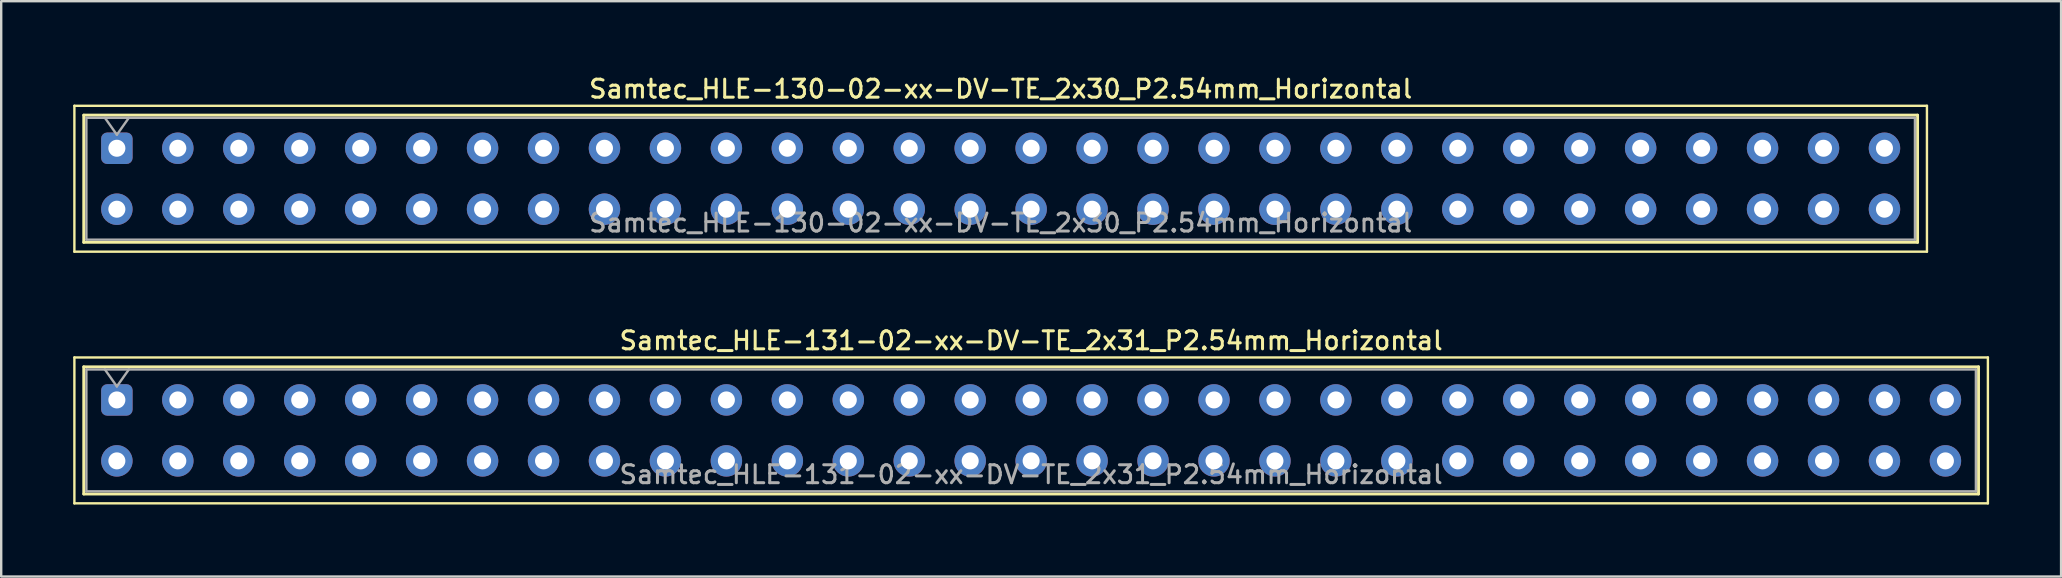
<source format=kicad_pcb>
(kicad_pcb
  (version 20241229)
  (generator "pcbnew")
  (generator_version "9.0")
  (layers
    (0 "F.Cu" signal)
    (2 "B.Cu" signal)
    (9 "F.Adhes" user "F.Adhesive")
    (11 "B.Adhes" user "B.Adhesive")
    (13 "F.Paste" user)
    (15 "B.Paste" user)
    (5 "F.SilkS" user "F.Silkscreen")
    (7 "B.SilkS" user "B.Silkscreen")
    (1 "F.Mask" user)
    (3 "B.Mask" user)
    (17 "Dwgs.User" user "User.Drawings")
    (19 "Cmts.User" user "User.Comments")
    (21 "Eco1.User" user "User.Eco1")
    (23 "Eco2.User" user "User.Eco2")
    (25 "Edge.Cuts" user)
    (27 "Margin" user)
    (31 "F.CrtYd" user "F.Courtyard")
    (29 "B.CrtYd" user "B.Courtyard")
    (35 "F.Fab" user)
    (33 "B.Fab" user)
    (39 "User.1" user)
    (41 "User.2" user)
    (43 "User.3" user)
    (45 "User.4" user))
  (footprint "Samtec_HLE-130-02-xx-DV-TE_2x30_P2.54mm_Horizontal"
    (layer "F.Cu")
    (at 1.82 3.128)
    (property "Reference" "Samtec_HLE-130-02-xx-DV-TE_2x30_P2.54mm_Horizontal" (at 36.83 -2.47 0) (layer "F.SilkS") (effects (font (size 0.75 0.75) (thickness 0.125))))
    (attr through_hole)
    (fp_line (start -1.77 -1.77) (end 75.43 -1.77) (stroke (width 0.1) (type solid)) (layer "F.SilkS"))
    (fp_line (start -1.77 4.31) (end -1.77 -1.77) (stroke (width 0.1) (type solid)) (layer "F.SilkS"))
    (fp_line (start -1.38 -1.38) (end 75.04 -1.38) (stroke (width 0.12) (type solid)) (layer "F.SilkS"))
    (fp_line (start -1.38 3.92) (end -1.38 -1.38) (stroke (width 0.12) (type solid)) (layer "F.SilkS"))
    (fp_line (start 75.04 -1.38) (end 75.04 3.92) (stroke (width 0.12) (type solid)) (layer "F.SilkS"))
    (fp_line (start 75.04 3.92) (end -1.38 3.92) (stroke (width 0.12) (type solid)) (layer "F.SilkS"))
    (fp_line (start 75.43 -1.77) (end 75.43 4.31) (stroke (width 0.1) (type solid)) (layer "F.SilkS"))
    (fp_line (start 75.43 4.31) (end -1.77 4.31) (stroke (width 0.1) (type solid)) (layer "F.SilkS"))
    (fp_line (start -1.27 -1.27) (end 74.93 -1.27) (stroke (width 0.1) (type solid)) (layer "F.Fab"))
    (fp_line (start -1.27 3.81) (end -1.27 -1.27) (stroke (width 0.1) (type solid)) (layer "F.Fab"))
    (fp_line (start -0.5 -1.27) (end 0 -0.563) (stroke (width 0.1) (type solid)) (layer "F.Fab"))
    (fp_line (start 0 -0.563) (end 0.5 -1.27) (stroke (width 0.1) (type solid)) (layer "F.Fab"))
    (fp_line (start 74.93 -1.27) (end 74.93 3.81) (stroke (width 0.1) (type solid)) (layer "F.Fab"))
    (fp_line (start 74.93 3.81) (end -1.27 3.81) (stroke (width 0.1) (type solid)) (layer "F.Fab"))
    (fp_text user "${REFERENCE}" (at 36.83 3.11 0) (layer "F.Fab") (effects (font (size 0.75 0.75) (thickness 0.125))))
    (pad "1" thru_hole roundrect (at 0 0) (size 1.31 1.31) (drill 0.71) (layers "*.Cu" "*.Mask") (roundrect_rratio 0.191))
    (pad "2" thru_hole circle (at 0 2.54) (size 1.31 1.31) (drill 0.71) (layers "*.Cu" "*.Mask"))
    (pad "3" thru_hole circle (at 2.54 0) (size 1.31 1.31) (drill 0.71) (layers "*.Cu" "*.Mask"))
    (pad "4" thru_hole circle (at 2.54 2.54) (size 1.31 1.31) (drill 0.71) (layers "*.Cu" "*.Mask"))
    (pad "5" thru_hole circle (at 5.08 0) (size 1.31 1.31) (drill 0.71) (layers "*.Cu" "*.Mask"))
    (pad "6" thru_hole circle (at 5.08 2.54) (size 1.31 1.31) (drill 0.71) (layers "*.Cu" "*.Mask"))
    (pad "7" thru_hole circle (at 7.62 0) (size 1.31 1.31) (drill 0.71) (layers "*.Cu" "*.Mask"))
    (pad "8" thru_hole circle (at 7.62 2.54) (size 1.31 1.31) (drill 0.71) (layers "*.Cu" "*.Mask"))
    (pad "9" thru_hole circle (at 10.16 0) (size 1.31 1.31) (drill 0.71) (layers "*.Cu" "*.Mask"))
    (pad "10" thru_hole circle (at 10.16 2.54) (size 1.31 1.31) (drill 0.71) (layers "*.Cu" "*.Mask"))
    (pad "11" thru_hole circle (at 12.7 0) (size 1.31 1.31) (drill 0.71) (layers "*.Cu" "*.Mask"))
    (pad "12" thru_hole circle (at 12.7 2.54) (size 1.31 1.31) (drill 0.71) (layers "*.Cu" "*.Mask"))
    (pad "13" thru_hole circle (at 15.24 0) (size 1.31 1.31) (drill 0.71) (layers "*.Cu" "*.Mask"))
    (pad "14" thru_hole circle (at 15.24 2.54) (size 1.31 1.31) (drill 0.71) (layers "*.Cu" "*.Mask"))
    (pad "15" thru_hole circle (at 17.78 0) (size 1.31 1.31) (drill 0.71) (layers "*.Cu" "*.Mask"))
    (pad "16" thru_hole circle (at 17.78 2.54) (size 1.31 1.31) (drill 0.71) (layers "*.Cu" "*.Mask"))
    (pad "17" thru_hole circle (at 20.32 0) (size 1.31 1.31) (drill 0.71) (layers "*.Cu" "*.Mask"))
    (pad "18" thru_hole circle (at 20.32 2.54) (size 1.31 1.31) (drill 0.71) (layers "*.Cu" "*.Mask"))
    (pad "19" thru_hole circle (at 22.86 0) (size 1.31 1.31) (drill 0.71) (layers "*.Cu" "*.Mask"))
    (pad "20" thru_hole circle (at 22.86 2.54) (size 1.31 1.31) (drill 0.71) (layers "*.Cu" "*.Mask"))
    (pad "21" thru_hole circle (at 25.4 0) (size 1.31 1.31) (drill 0.71) (layers "*.Cu" "*.Mask"))
    (pad "22" thru_hole circle (at 25.4 2.54) (size 1.31 1.31) (drill 0.71) (layers "*.Cu" "*.Mask"))
    (pad "23" thru_hole circle (at 27.94 0) (size 1.31 1.31) (drill 0.71) (layers "*.Cu" "*.Mask"))
    (pad "24" thru_hole circle (at 27.94 2.54) (size 1.31 1.31) (drill 0.71) (layers "*.Cu" "*.Mask"))
    (pad "25" thru_hole circle (at 30.48 0) (size 1.31 1.31) (drill 0.71) (layers "*.Cu" "*.Mask"))
    (pad "26" thru_hole circle (at 30.48 2.54) (size 1.31 1.31) (drill 0.71) (layers "*.Cu" "*.Mask"))
    (pad "27" thru_hole circle (at 33.02 0) (size 1.31 1.31) (drill 0.71) (layers "*.Cu" "*.Mask"))
    (pad "28" thru_hole circle (at 33.02 2.54) (size 1.31 1.31) (drill 0.71) (layers "*.Cu" "*.Mask"))
    (pad "29" thru_hole circle (at 35.56 0) (size 1.31 1.31) (drill 0.71) (layers "*.Cu" "*.Mask"))
    (pad "30" thru_hole circle (at 35.56 2.54) (size 1.31 1.31) (drill 0.71) (layers "*.Cu" "*.Mask"))
    (pad "31" thru_hole circle (at 38.1 0) (size 1.31 1.31) (drill 0.71) (layers "*.Cu" "*.Mask"))
    (pad "32" thru_hole circle (at 38.1 2.54) (size 1.31 1.31) (drill 0.71) (layers "*.Cu" "*.Mask"))
    (pad "33" thru_hole circle (at 40.64 0) (size 1.31 1.31) (drill 0.71) (layers "*.Cu" "*.Mask"))
    (pad "34" thru_hole circle (at 40.64 2.54) (size 1.31 1.31) (drill 0.71) (layers "*.Cu" "*.Mask"))
    (pad "35" thru_hole circle (at 43.18 0) (size 1.31 1.31) (drill 0.71) (layers "*.Cu" "*.Mask"))
    (pad "36" thru_hole circle (at 43.18 2.54) (size 1.31 1.31) (drill 0.71) (layers "*.Cu" "*.Mask"))
    (pad "37" thru_hole circle (at 45.72 0) (size 1.31 1.31) (drill 0.71) (layers "*.Cu" "*.Mask"))
    (pad "38" thru_hole circle (at 45.72 2.54) (size 1.31 1.31) (drill 0.71) (layers "*.Cu" "*.Mask"))
    (pad "39" thru_hole circle (at 48.26 0) (size 1.31 1.31) (drill 0.71) (layers "*.Cu" "*.Mask"))
    (pad "40" thru_hole circle (at 48.26 2.54) (size 1.31 1.31) (drill 0.71) (layers "*.Cu" "*.Mask"))
    (pad "41" thru_hole circle (at 50.8 0) (size 1.31 1.31) (drill 0.71) (layers "*.Cu" "*.Mask"))
    (pad "42" thru_hole circle (at 50.8 2.54) (size 1.31 1.31) (drill 0.71) (layers "*.Cu" "*.Mask"))
    (pad "43" thru_hole circle (at 53.34 0) (size 1.31 1.31) (drill 0.71) (layers "*.Cu" "*.Mask"))
    (pad "44" thru_hole circle (at 53.34 2.54) (size 1.31 1.31) (drill 0.71) (layers "*.Cu" "*.Mask"))
    (pad "45" thru_hole circle (at 55.88 0) (size 1.31 1.31) (drill 0.71) (layers "*.Cu" "*.Mask"))
    (pad "46" thru_hole circle (at 55.88 2.54) (size 1.31 1.31) (drill 0.71) (layers "*.Cu" "*.Mask"))
    (pad "47" thru_hole circle (at 58.42 0) (size 1.31 1.31) (drill 0.71) (layers "*.Cu" "*.Mask"))
    (pad "48" thru_hole circle (at 58.42 2.54) (size 1.31 1.31) (drill 0.71) (layers "*.Cu" "*.Mask"))
    (pad "49" thru_hole circle (at 60.96 0) (size 1.31 1.31) (drill 0.71) (layers "*.Cu" "*.Mask"))
    (pad "50" thru_hole circle (at 60.96 2.54) (size 1.31 1.31) (drill 0.71) (layers "*.Cu" "*.Mask"))
    (pad "51" thru_hole circle (at 63.5 0) (size 1.31 1.31) (drill 0.71) (layers "*.Cu" "*.Mask"))
    (pad "52" thru_hole circle (at 63.5 2.54) (size 1.31 1.31) (drill 0.71) (layers "*.Cu" "*.Mask"))
    (pad "53" thru_hole circle (at 66.04 0) (size 1.31 1.31) (drill 0.71) (layers "*.Cu" "*.Mask"))
    (pad "54" thru_hole circle (at 66.04 2.54) (size 1.31 1.31) (drill 0.71) (layers "*.Cu" "*.Mask"))
    (pad "55" thru_hole circle (at 68.58 0) (size 1.31 1.31) (drill 0.71) (layers "*.Cu" "*.Mask"))
    (pad "56" thru_hole circle (at 68.58 2.54) (size 1.31 1.31) (drill 0.71) (layers "*.Cu" "*.Mask"))
    (pad "57" thru_hole circle (at 71.12 0) (size 1.31 1.31) (drill 0.71) (layers "*.Cu" "*.Mask"))
    (pad "58" thru_hole circle (at 71.12 2.54) (size 1.31 1.31) (drill 0.71) (layers "*.Cu" "*.Mask"))
    (pad "59" thru_hole circle (at 73.66 0) (size 1.31 1.31) (drill 0.71) (layers "*.Cu" "*.Mask"))
    (pad "60" thru_hole circle (at 73.66 2.54) (size 1.31 1.31) (drill 0.71) (layers "*.Cu" "*.Mask")))
  (footprint "Samtec_HLE-131-02-xx-DV-TE_2x31_P2.54mm_Horizontal"
    (layer "F.Cu")
    (at 1.82 13.616)
    (property "Reference" "Samtec_HLE-131-02-xx-DV-TE_2x31_P2.54mm_Horizontal" (at 38.1 -2.47 0) (layer "F.SilkS") (effects (font (size 0.75 0.75) (thickness 0.125))))
    (attr through_hole)
    (fp_line (start -1.77 -1.77) (end 77.97 -1.77) (stroke (width 0.1) (type solid)) (layer "F.SilkS"))
    (fp_line (start -1.77 4.31) (end -1.77 -1.77) (stroke (width 0.1) (type solid)) (layer "F.SilkS"))
    (fp_line (start -1.38 -1.38) (end 77.58 -1.38) (stroke (width 0.12) (type solid)) (layer "F.SilkS"))
    (fp_line (start -1.38 3.92) (end -1.38 -1.38) (stroke (width 0.12) (type solid)) (layer "F.SilkS"))
    (fp_line (start 77.58 -1.38) (end 77.58 3.92) (stroke (width 0.12) (type solid)) (layer "F.SilkS"))
    (fp_line (start 77.58 3.92) (end -1.38 3.92) (stroke (width 0.12) (type solid)) (layer "F.SilkS"))
    (fp_line (start 77.97 -1.77) (end 77.97 4.31) (stroke (width 0.1) (type solid)) (layer "F.SilkS"))
    (fp_line (start 77.97 4.31) (end -1.77 4.31) (stroke (width 0.1) (type solid)) (layer "F.SilkS"))
    (fp_line (start -1.27 -1.27) (end 77.47 -1.27) (stroke (width 0.1) (type solid)) (layer "F.Fab"))
    (fp_line (start -1.27 3.81) (end -1.27 -1.27) (stroke (width 0.1) (type solid)) (layer "F.Fab"))
    (fp_line (start -0.5 -1.27) (end 0 -0.563) (stroke (width 0.1) (type solid)) (layer "F.Fab"))
    (fp_line (start 0 -0.563) (end 0.5 -1.27) (stroke (width 0.1) (type solid)) (layer "F.Fab"))
    (fp_line (start 77.47 -1.27) (end 77.47 3.81) (stroke (width 0.1) (type solid)) (layer "F.Fab"))
    (fp_line (start 77.47 3.81) (end -1.27 3.81) (stroke (width 0.1) (type solid)) (layer "F.Fab"))
    (fp_text user "${REFERENCE}" (at 38.1 3.11 0) (layer "F.Fab") (effects (font (size 0.75 0.75) (thickness 0.125))))
    (pad "1" thru_hole roundrect (at 0 0) (size 1.31 1.31) (drill 0.71) (layers "*.Cu" "*.Mask") (roundrect_rratio 0.191))
    (pad "2" thru_hole circle (at 0 2.54) (size 1.31 1.31) (drill 0.71) (layers "*.Cu" "*.Mask"))
    (pad "3" thru_hole circle (at 2.54 0) (size 1.31 1.31) (drill 0.71) (layers "*.Cu" "*.Mask"))
    (pad "4" thru_hole circle (at 2.54 2.54) (size 1.31 1.31) (drill 0.71) (layers "*.Cu" "*.Mask"))
    (pad "5" thru_hole circle (at 5.08 0) (size 1.31 1.31) (drill 0.71) (layers "*.Cu" "*.Mask"))
    (pad "6" thru_hole circle (at 5.08 2.54) (size 1.31 1.31) (drill 0.71) (layers "*.Cu" "*.Mask"))
    (pad "7" thru_hole circle (at 7.62 0) (size 1.31 1.31) (drill 0.71) (layers "*.Cu" "*.Mask"))
    (pad "8" thru_hole circle (at 7.62 2.54) (size 1.31 1.31) (drill 0.71) (layers "*.Cu" "*.Mask"))
    (pad "9" thru_hole circle (at 10.16 0) (size 1.31 1.31) (drill 0.71) (layers "*.Cu" "*.Mask"))
    (pad "10" thru_hole circle (at 10.16 2.54) (size 1.31 1.31) (drill 0.71) (layers "*.Cu" "*.Mask"))
    (pad "11" thru_hole circle (at 12.7 0) (size 1.31 1.31) (drill 0.71) (layers "*.Cu" "*.Mask"))
    (pad "12" thru_hole circle (at 12.7 2.54) (size 1.31 1.31) (drill 0.71) (layers "*.Cu" "*.Mask"))
    (pad "13" thru_hole circle (at 15.24 0) (size 1.31 1.31) (drill 0.71) (layers "*.Cu" "*.Mask"))
    (pad "14" thru_hole circle (at 15.24 2.54) (size 1.31 1.31) (drill 0.71) (layers "*.Cu" "*.Mask"))
    (pad "15" thru_hole circle (at 17.78 0) (size 1.31 1.31) (drill 0.71) (layers "*.Cu" "*.Mask"))
    (pad "16" thru_hole circle (at 17.78 2.54) (size 1.31 1.31) (drill 0.71) (layers "*.Cu" "*.Mask"))
    (pad "17" thru_hole circle (at 20.32 0) (size 1.31 1.31) (drill 0.71) (layers "*.Cu" "*.Mask"))
    (pad "18" thru_hole circle (at 20.32 2.54) (size 1.31 1.31) (drill 0.71) (layers "*.Cu" "*.Mask"))
    (pad "19" thru_hole circle (at 22.86 0) (size 1.31 1.31) (drill 0.71) (layers "*.Cu" "*.Mask"))
    (pad "20" thru_hole circle (at 22.86 2.54) (size 1.31 1.31) (drill 0.71) (layers "*.Cu" "*.Mask"))
    (pad "21" thru_hole circle (at 25.4 0) (size 1.31 1.31) (drill 0.71) (layers "*.Cu" "*.Mask"))
    (pad "22" thru_hole circle (at 25.4 2.54) (size 1.31 1.31) (drill 0.71) (layers "*.Cu" "*.Mask"))
    (pad "23" thru_hole circle (at 27.94 0) (size 1.31 1.31) (drill 0.71) (layers "*.Cu" "*.Mask"))
    (pad "24" thru_hole circle (at 27.94 2.54) (size 1.31 1.31) (drill 0.71) (layers "*.Cu" "*.Mask"))
    (pad "25" thru_hole circle (at 30.48 0) (size 1.31 1.31) (drill 0.71) (layers "*.Cu" "*.Mask"))
    (pad "26" thru_hole circle (at 30.48 2.54) (size 1.31 1.31) (drill 0.71) (layers "*.Cu" "*.Mask"))
    (pad "27" thru_hole circle (at 33.02 0) (size 1.31 1.31) (drill 0.71) (layers "*.Cu" "*.Mask"))
    (pad "28" thru_hole circle (at 33.02 2.54) (size 1.31 1.31) (drill 0.71) (layers "*.Cu" "*.Mask"))
    (pad "29" thru_hole circle (at 35.56 0) (size 1.31 1.31) (drill 0.71) (layers "*.Cu" "*.Mask"))
    (pad "30" thru_hole circle (at 35.56 2.54) (size 1.31 1.31) (drill 0.71) (layers "*.Cu" "*.Mask"))
    (pad "31" thru_hole circle (at 38.1 0) (size 1.31 1.31) (drill 0.71) (layers "*.Cu" "*.Mask"))
    (pad "32" thru_hole circle (at 38.1 2.54) (size 1.31 1.31) (drill 0.71) (layers "*.Cu" "*.Mask"))
    (pad "33" thru_hole circle (at 40.64 0) (size 1.31 1.31) (drill 0.71) (layers "*.Cu" "*.Mask"))
    (pad "34" thru_hole circle (at 40.64 2.54) (size 1.31 1.31) (drill 0.71) (layers "*.Cu" "*.Mask"))
    (pad "35" thru_hole circle (at 43.18 0) (size 1.31 1.31) (drill 0.71) (layers "*.Cu" "*.Mask"))
    (pad "36" thru_hole circle (at 43.18 2.54) (size 1.31 1.31) (drill 0.71) (layers "*.Cu" "*.Mask"))
    (pad "37" thru_hole circle (at 45.72 0) (size 1.31 1.31) (drill 0.71) (layers "*.Cu" "*.Mask"))
    (pad "38" thru_hole circle (at 45.72 2.54) (size 1.31 1.31) (drill 0.71) (layers "*.Cu" "*.Mask"))
    (pad "39" thru_hole circle (at 48.26 0) (size 1.31 1.31) (drill 0.71) (layers "*.Cu" "*.Mask"))
    (pad "40" thru_hole circle (at 48.26 2.54) (size 1.31 1.31) (drill 0.71) (layers "*.Cu" "*.Mask"))
    (pad "41" thru_hole circle (at 50.8 0) (size 1.31 1.31) (drill 0.71) (layers "*.Cu" "*.Mask"))
    (pad "42" thru_hole circle (at 50.8 2.54) (size 1.31 1.31) (drill 0.71) (layers "*.Cu" "*.Mask"))
    (pad "43" thru_hole circle (at 53.34 0) (size 1.31 1.31) (drill 0.71) (layers "*.Cu" "*.Mask"))
    (pad "44" thru_hole circle (at 53.34 2.54) (size 1.31 1.31) (drill 0.71) (layers "*.Cu" "*.Mask"))
    (pad "45" thru_hole circle (at 55.88 0) (size 1.31 1.31) (drill 0.71) (layers "*.Cu" "*.Mask"))
    (pad "46" thru_hole circle (at 55.88 2.54) (size 1.31 1.31) (drill 0.71) (layers "*.Cu" "*.Mask"))
    (pad "47" thru_hole circle (at 58.42 0) (size 1.31 1.31) (drill 0.71) (layers "*.Cu" "*.Mask"))
    (pad "48" thru_hole circle (at 58.42 2.54) (size 1.31 1.31) (drill 0.71) (layers "*.Cu" "*.Mask"))
    (pad "49" thru_hole circle (at 60.96 0) (size 1.31 1.31) (drill 0.71) (layers "*.Cu" "*.Mask"))
    (pad "50" thru_hole circle (at 60.96 2.54) (size 1.31 1.31) (drill 0.71) (layers "*.Cu" "*.Mask"))
    (pad "51" thru_hole circle (at 63.5 0) (size 1.31 1.31) (drill 0.71) (layers "*.Cu" "*.Mask"))
    (pad "52" thru_hole circle (at 63.5 2.54) (size 1.31 1.31) (drill 0.71) (layers "*.Cu" "*.Mask"))
    (pad "53" thru_hole circle (at 66.04 0) (size 1.31 1.31) (drill 0.71) (layers "*.Cu" "*.Mask"))
    (pad "54" thru_hole circle (at 66.04 2.54) (size 1.31 1.31) (drill 0.71) (layers "*.Cu" "*.Mask"))
    (pad "55" thru_hole circle (at 68.58 0) (size 1.31 1.31) (drill 0.71) (layers "*.Cu" "*.Mask"))
    (pad "56" thru_hole circle (at 68.58 2.54) (size 1.31 1.31) (drill 0.71) (layers "*.Cu" "*.Mask"))
    (pad "57" thru_hole circle (at 71.12 0) (size 1.31 1.31) (drill 0.71) (layers "*.Cu" "*.Mask"))
    (pad "58" thru_hole circle (at 71.12 2.54) (size 1.31 1.31) (drill 0.71) (layers "*.Cu" "*.Mask"))
    (pad "59" thru_hole circle (at 73.66 0) (size 1.31 1.31) (drill 0.71) (layers "*.Cu" "*.Mask"))
    (pad "60" thru_hole circle (at 73.66 2.54) (size 1.31 1.31) (drill 0.71) (layers "*.Cu" "*.Mask"))
    (pad "61" thru_hole circle (at 76.2 0) (size 1.31 1.31) (drill 0.71) (layers "*.Cu" "*.Mask"))
    (pad "62" thru_hole circle (at 76.2 2.54) (size 1.31 1.31) (drill 0.71) (layers "*.Cu" "*.Mask")))
  (gr_rect
    (start -3 -3)
    (end 82.84 20.976)
    (stroke (width 0.1) (type default))
    (fill no)
    (layer "Edge.Cuts")))
</source>
